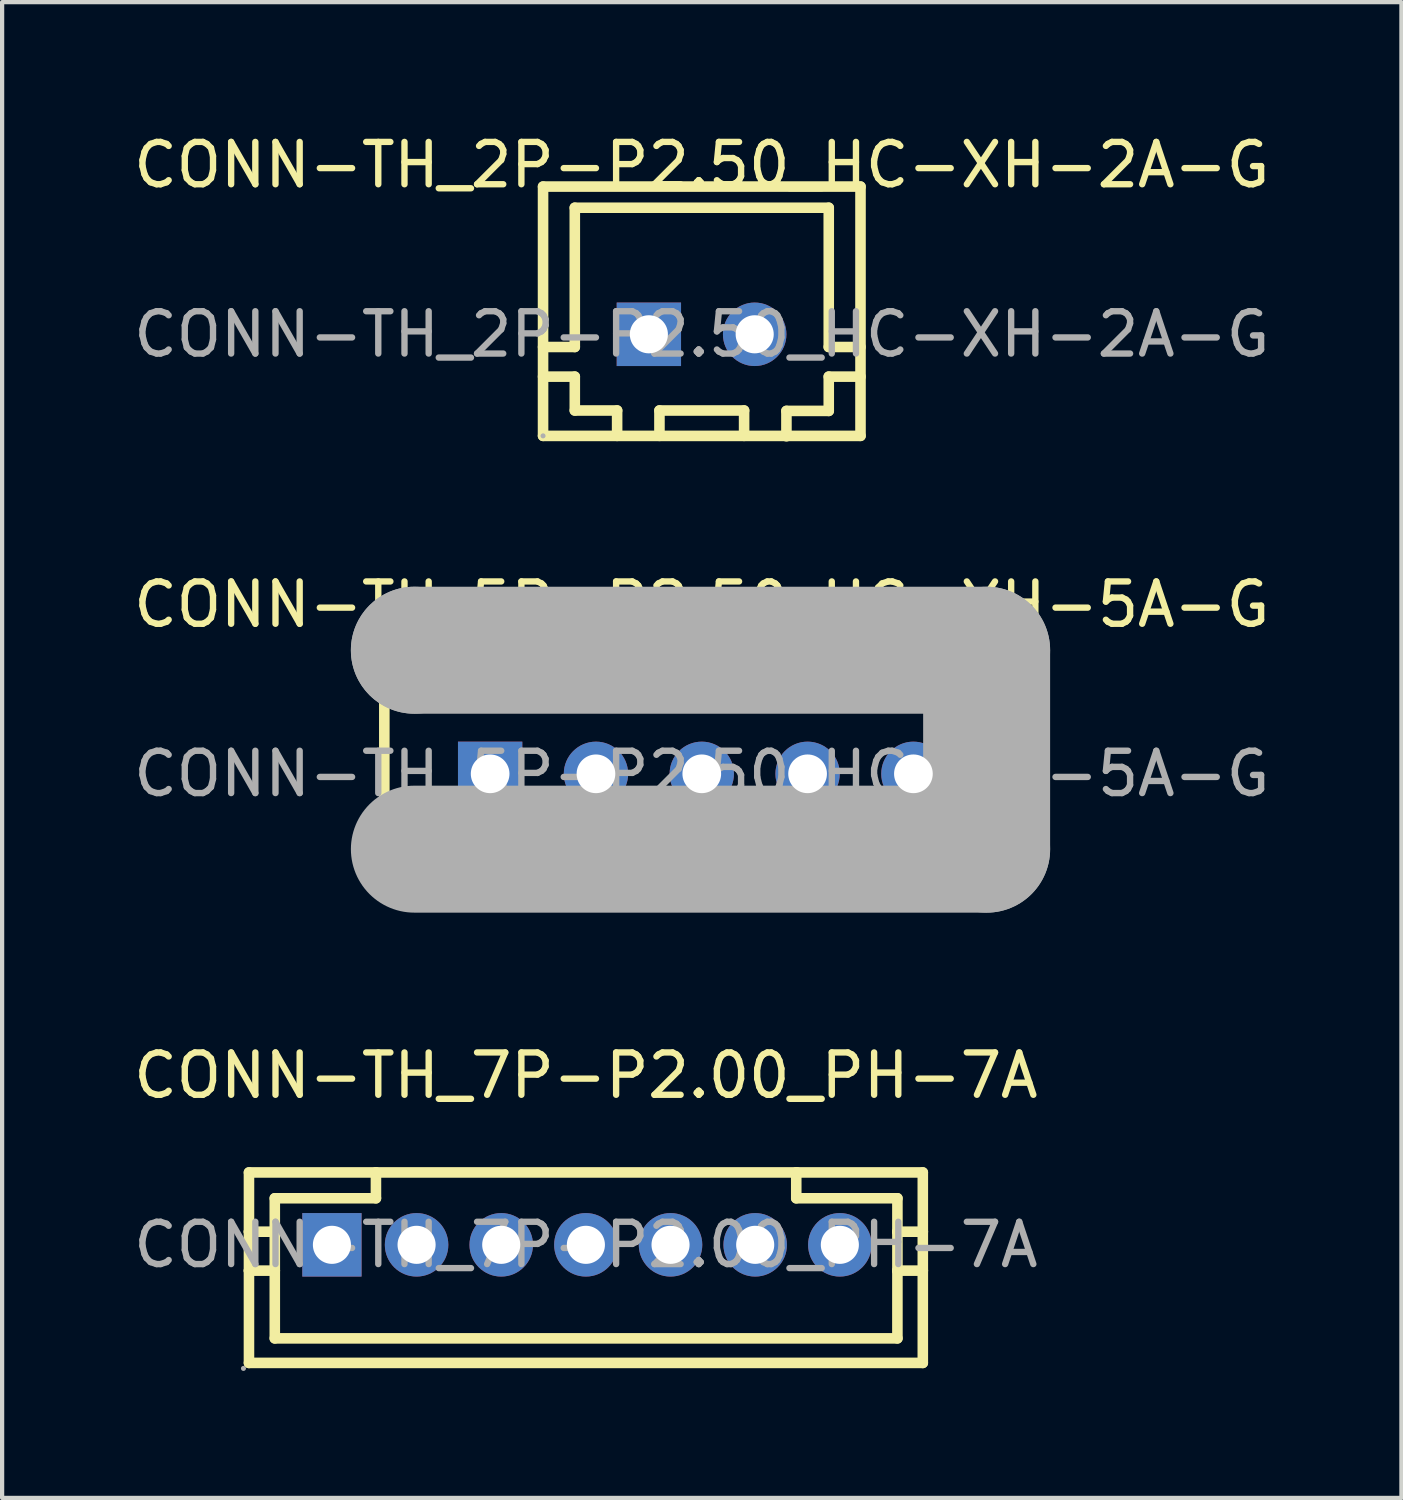
<source format=kicad_pcb>
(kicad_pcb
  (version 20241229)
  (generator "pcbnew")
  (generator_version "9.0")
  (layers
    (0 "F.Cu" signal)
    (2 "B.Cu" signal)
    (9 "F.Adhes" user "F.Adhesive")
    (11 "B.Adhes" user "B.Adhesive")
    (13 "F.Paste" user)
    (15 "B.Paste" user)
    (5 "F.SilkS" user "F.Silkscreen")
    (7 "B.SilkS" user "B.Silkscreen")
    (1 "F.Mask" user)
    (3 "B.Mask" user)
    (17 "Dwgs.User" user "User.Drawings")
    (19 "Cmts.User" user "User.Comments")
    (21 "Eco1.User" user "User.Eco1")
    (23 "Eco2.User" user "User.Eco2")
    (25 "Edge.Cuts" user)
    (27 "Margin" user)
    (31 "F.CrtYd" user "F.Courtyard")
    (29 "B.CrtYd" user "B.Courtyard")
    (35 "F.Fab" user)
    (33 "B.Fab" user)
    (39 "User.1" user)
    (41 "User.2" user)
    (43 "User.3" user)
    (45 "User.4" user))
  (footprint "CONN-TH_2P-P2.50_HC-XH-2A-G"
    (layer "F.Cu")
    (at 13.53 4.848)
    (property "Reference" "CONN-TH_2P-P2.50_HC-XH-2A-G" (at 0 -4 0) (layer "F.SilkS") (effects (font (size 1 1) (thickness 0.15))))
    (attr smd)
    (fp_line (start -3.75 -3.49) (end -3.75 2.4) (stroke (width 0.25) (type solid)) (layer "F.SilkS"))
    (fp_line (start -3.75 0.3) (end -3 0.3) (stroke (width 0.25) (type solid)) (layer "F.SilkS"))
    (fp_line (start -3.75 1) (end -3 1) (stroke (width 0.25) (type solid)) (layer "F.SilkS"))
    (fp_line (start -3 -2.99) (end 3 -2.99) (stroke (width 0.25) (type solid)) (layer "F.SilkS"))
    (fp_line (start -3 0.3) (end -3 -2.99) (stroke (width 0.25) (type solid)) (layer "F.SilkS"))
    (fp_line (start -3 1) (end -3 1.8) (stroke (width 0.25) (type solid)) (layer "F.SilkS"))
    (fp_line (start -3 1.8) (end -2 1.8) (stroke (width 0.25) (type solid)) (layer "F.SilkS"))
    (fp_line (start -2 1.8) (end -2 2.4) (stroke (width 0.25) (type solid)) (layer "F.SilkS"))
    (fp_line (start -1 1.8) (end 1 1.8) (stroke (width 0.25) (type solid)) (layer "F.SilkS"))
    (fp_line (start -1 2.4) (end -1 1.8) (stroke (width 0.25) (type solid)) (layer "F.SilkS"))
    (fp_line (start 1 1.8) (end 1 2.4) (stroke (width 0.25) (type solid)) (layer "F.SilkS"))
    (fp_line (start 2 1.81) (end 2 2.41) (stroke (width 0.25) (type solid)) (layer "F.SilkS"))
    (fp_line (start 3 -2.99) (end 3 0.3) (stroke (width 0.25) (type solid)) (layer "F.SilkS"))
    (fp_line (start 3 0.3) (end 3.75 0.3) (stroke (width 0.25) (type solid)) (layer "F.SilkS"))
    (fp_line (start 3 1) (end 3 1.81) (stroke (width 0.25) (type solid)) (layer "F.SilkS"))
    (fp_line (start 3 1.81) (end 2 1.81) (stroke (width 0.25) (type solid)) (layer "F.SilkS"))
    (fp_line (start 3.75 -3.49) (end -3.75 -3.49) (stroke (width 0.25) (type solid)) (layer "F.SilkS"))
    (fp_line (start 3.75 -3.49) (end 3.75 2.4) (stroke (width 0.25) (type solid)) (layer "F.SilkS"))
    (fp_line (start 3.75 1) (end 3 1) (stroke (width 0.25) (type solid)) (layer "F.SilkS"))
    (fp_line (start 3.75 2.4) (end -3.75 2.4) (stroke (width 0.25) (type solid)) (layer "F.SilkS"))
    (fp_circle (center -3.75 2.4) (end -3.72 2.4) (stroke (width 0.06) (type solid)) (fill no) (layer "F.Fab"))
    (fp_text user "${REFERENCE}" (at 0 0 0) (layer "F.Fab") (effects (font (size 1 1) (thickness 0.15))))
    (pad "1" thru_hole rect (at -1.25 0) (size 1.52 1.5) (drill 0.9) (layers "*.Cu" "*.Paste" "*.Mask"))
    (pad "2" thru_hole circle (at 1.25 0) (size 1.5 1.5) (drill 0.9) (layers "*.Cu" "*.Paste" "*.Mask")))
  (footprint "CONN-TH_7P-P2.00_PH-7A"
    (layer "F.Cu")
    (at 10.792 26.36)
    (property "Reference" "CONN-TH_7P-P2.00_PH-7A" (at 0 -4 0) (layer "F.SilkS") (effects (font (size 1 1) (thickness 0.15))))
    (attr smd)
    (fp_line (start -7.96 -0.31) (end -7.96 -1.71) (stroke (width 0.25) (type solid)) (layer "F.SilkS"))
    (fp_line (start -7.96 0.61) (end -7.96 -0.31) (stroke (width 0.25) (type solid)) (layer "F.SilkS"))
    (fp_line (start -7.96 2.79) (end -7.96 0.61) (stroke (width 0.25) (type solid)) (layer "F.SilkS"))
    (fp_line (start -7.35 -0.31) (end -7.96 -0.31) (stroke (width 0.25) (type solid)) (layer "F.SilkS"))
    (fp_line (start -7.35 -0.31) (end -7.35 -1.1) (stroke (width 0.25) (type solid)) (layer "F.SilkS"))
    (fp_line (start -7.35 0.61) (end -7.96 0.61) (stroke (width 0.25) (type solid)) (layer "F.SilkS"))
    (fp_line (start -7.35 0.61) (end -7.35 -0.31) (stroke (width 0.25) (type solid)) (layer "F.SilkS"))
    (fp_line (start -7.35 2.21) (end -7.35 0.61) (stroke (width 0.25) (type solid)) (layer "F.SilkS"))
    (fp_line (start -4.96 -1.71) (end -7.96 -1.71) (stroke (width 0.25) (type solid)) (layer "F.SilkS"))
    (fp_line (start -4.96 -1.1) (end -7.35 -1.1) (stroke (width 0.25) (type solid)) (layer "F.SilkS"))
    (fp_line (start -4.96 -1.1) (end -4.96 -1.71) (stroke (width 0.25) (type solid)) (layer "F.SilkS"))
    (fp_line (start 4.97 -1.1) (end 4.97 -1.71) (stroke (width 0.25) (type solid)) (layer "F.SilkS"))
    (fp_line (start 4.99 -1.71) (end -4.96 -1.71) (stroke (width 0.25) (type solid)) (layer "F.SilkS"))
    (fp_line (start 7.36 -1.1) (end 4.97 -1.1) (stroke (width 0.25) (type solid)) (layer "F.SilkS"))
    (fp_line (start 7.36 -0.31) (end 7.36 -1.1) (stroke (width 0.25) (type solid)) (layer "F.SilkS"))
    (fp_line (start 7.36 0.61) (end 7.36 -0.31) (stroke (width 0.25) (type solid)) (layer "F.SilkS"))
    (fp_line (start 7.36 2.21) (end -7.35 2.21) (stroke (width 0.25) (type solid)) (layer "F.SilkS"))
    (fp_line (start 7.36 2.21) (end 7.36 0.61) (stroke (width 0.25) (type solid)) (layer "F.SilkS"))
    (fp_line (start 7.96 -1.71) (end 4.97 -1.71) (stroke (width 0.25) (type solid)) (layer "F.SilkS"))
    (fp_line (start 7.96 -0.31) (end 7.36 -0.31) (stroke (width 0.25) (type solid)) (layer "F.SilkS"))
    (fp_line (start 7.96 -0.31) (end 7.96 -1.71) (stroke (width 0.25) (type solid)) (layer "F.SilkS"))
    (fp_line (start 7.96 0.61) (end 7.36 0.61) (stroke (width 0.25) (type solid)) (layer "F.SilkS"))
    (fp_line (start 7.96 0.61) (end 7.96 -0.31) (stroke (width 0.25) (type solid)) (layer "F.SilkS"))
    (fp_line (start 7.96 2.79) (end -7.96 2.79) (stroke (width 0.25) (type solid)) (layer "F.SilkS"))
    (fp_line (start 7.96 2.79) (end 7.96 0.61) (stroke (width 0.25) (type solid)) (layer "F.SilkS"))
    (fp_circle (center -8.09 2.92) (end -8.06 2.92) (stroke (width 0.06) (type solid)) (fill no) (layer "F.Fab"))
    (fp_circle (center -6 0) (end -5.82 0) (stroke (width 0.35) (type solid)) (fill no) (layer "F.Fab"))
    (fp_circle (center -4 0) (end -3.82 0) (stroke (width 0.35) (type solid)) (fill no) (layer "F.Fab"))
    (fp_circle (center -2 0) (end -1.82 0) (stroke (width 0.35) (type solid)) (fill no) (layer "F.Fab"))
    (fp_circle (center 0 0) (end 0.18 0) (stroke (width 0.35) (type solid)) (fill no) (layer "F.Fab"))
    (fp_circle (center 2 0) (end 2.18 0) (stroke (width 0.35) (type solid)) (fill no) (layer "F.Fab"))
    (fp_circle (center 4 0) (end 4.18 0) (stroke (width 0.35) (type solid)) (fill no) (layer "F.Fab"))
    (fp_circle (center 6 0) (end 6.18 0) (stroke (width 0.35) (type solid)) (fill no) (layer "F.Fab"))
    (fp_text user "${REFERENCE}" (at 0 0 0) (layer "F.Fab") (effects (font (size 1 1) (thickness 0.15))))
    (pad "1" thru_hole rect (at -6 0 180) (size 1.4 1.5) (drill 0.9) (layers "*.Cu" "*.Paste" "*.Mask"))
    (pad "2" thru_hole circle (at -4 0 180) (size 1.5 1.5) (drill 0.9) (layers "*.Cu" "*.Paste" "*.Mask"))
    (pad "3" thru_hole circle (at -2 0 180) (size 1.5 1.5) (drill 0.9) (layers "*.Cu" "*.Paste" "*.Mask"))
    (pad "4" thru_hole circle (at 0 0 180) (size 1.5 1.5) (drill 0.9) (layers "*.Cu" "*.Paste" "*.Mask"))
    (pad "5" thru_hole circle (at 2 0 180) (size 1.5 1.5) (drill 0.9) (layers "*.Cu" "*.Paste" "*.Mask"))
    (pad "6" thru_hole circle (at 4 0 180) (size 1.5 1.5) (drill 0.9) (layers "*.Cu" "*.Paste" "*.Mask"))
    (pad "7" thru_hole circle (at 6 0 180) (size 1.5 1.5) (drill 0.9) (layers "*.Cu" "*.Paste" "*.Mask")))
  (footprint "CONN-TH_5P-P2.50_HC-XH-5A-G"
    (layer "F.Cu")
    (at 13.53 15.232)
    (property "Reference" "CONN-TH_5P-P2.50_HC-XH-5A-G" (at 0 -4 0) (layer "F.SilkS") (effects (font (size 1 1) (thickness 0.15))))
    (attr smd)
    (fp_line (start -7.5 -3.5) (end -7.5 2.4) (stroke (width 0.25) (type solid)) (layer "F.SilkS"))
    (fp_line (start -5.78 1.78) (end -5.78 2.4) (stroke (width 0.25) (type solid)) (layer "F.SilkS"))
    (fp_line (start -4.25 1.78) (end -4.25 2.4) (stroke (width 0.25) (type solid)) (layer "F.SilkS"))
    (fp_line (start 4.22 1.78) (end 4.22 2.4) (stroke (width 0.25) (type solid)) (layer "F.SilkS"))
    (fp_line (start 5.74 1.78) (end 5.74 2.4) (stroke (width 0.25) (type solid)) (layer "F.SilkS"))
    (fp_line (start 7.5 -3.5) (end -7.5 -3.5) (stroke (width 0.25) (type solid)) (layer "F.SilkS"))
    (fp_line (start 7.5 -3.5) (end 7.5 2.4) (stroke (width 0.25) (type solid)) (layer "F.SilkS"))
    (fp_line (start 7.5 2.4) (end -7.5 2.4) (stroke (width 0.25) (type solid)) (layer "F.SilkS"))
    (fp_line (start -6.79 -2.92) (end -6.79 -2.92) (stroke (width 3) (type solid)) (layer "F.Fab"))
    (fp_line (start -6.79 -2.92) (end 6.73 -2.92) (stroke (width 3) (type solid)) (layer "F.Fab"))
    (fp_line (start 6.73 -2.92) (end 6.73 1.78) (stroke (width 3) (type solid)) (layer "F.Fab"))
    (fp_line (start 6.73 1.78) (end -6.79 1.78) (stroke (width 3) (type solid)) (layer "F.Fab"))
    (fp_circle (center -7.5 2.4) (end -7.47 2.4) (stroke (width 0.06) (type solid)) (fill no) (layer "F.Fab"))
    (fp_text user "${REFERENCE}" (at 0 0 0) (layer "F.Fab") (effects (font (size 1 1) (thickness 0.15))))
    (pad "1" thru_hole rect (at -5 0) (size 1.52 1.52) (drill 0.914) (layers "*.Cu" "*.Paste" "*.Mask"))
    (pad "2" thru_hole circle (at -2.5 0) (size 1.52 1.52) (drill 0.914) (layers "*.Cu" "*.Paste" "*.Mask"))
    (pad "3" thru_hole circle (at 0 0) (size 1.52 1.52) (drill 0.914) (layers "*.Cu" "*.Paste" "*.Mask"))
    (pad "4" thru_hole circle (at 2.5 0) (size 1.52 1.52) (drill 0.914) (layers "*.Cu" "*.Paste" "*.Mask"))
    (pad "5" thru_hole circle (at 5 0) (size 1.52 1.52) (drill 0.914) (layers "*.Cu" "*.Paste" "*.Mask")))
  (gr_rect
    (start -3 -3)
    (end 30.06 32.34)
    (stroke (width 0.1) (type default))
    (fill no)
    (layer "Edge.Cuts")))
</source>
